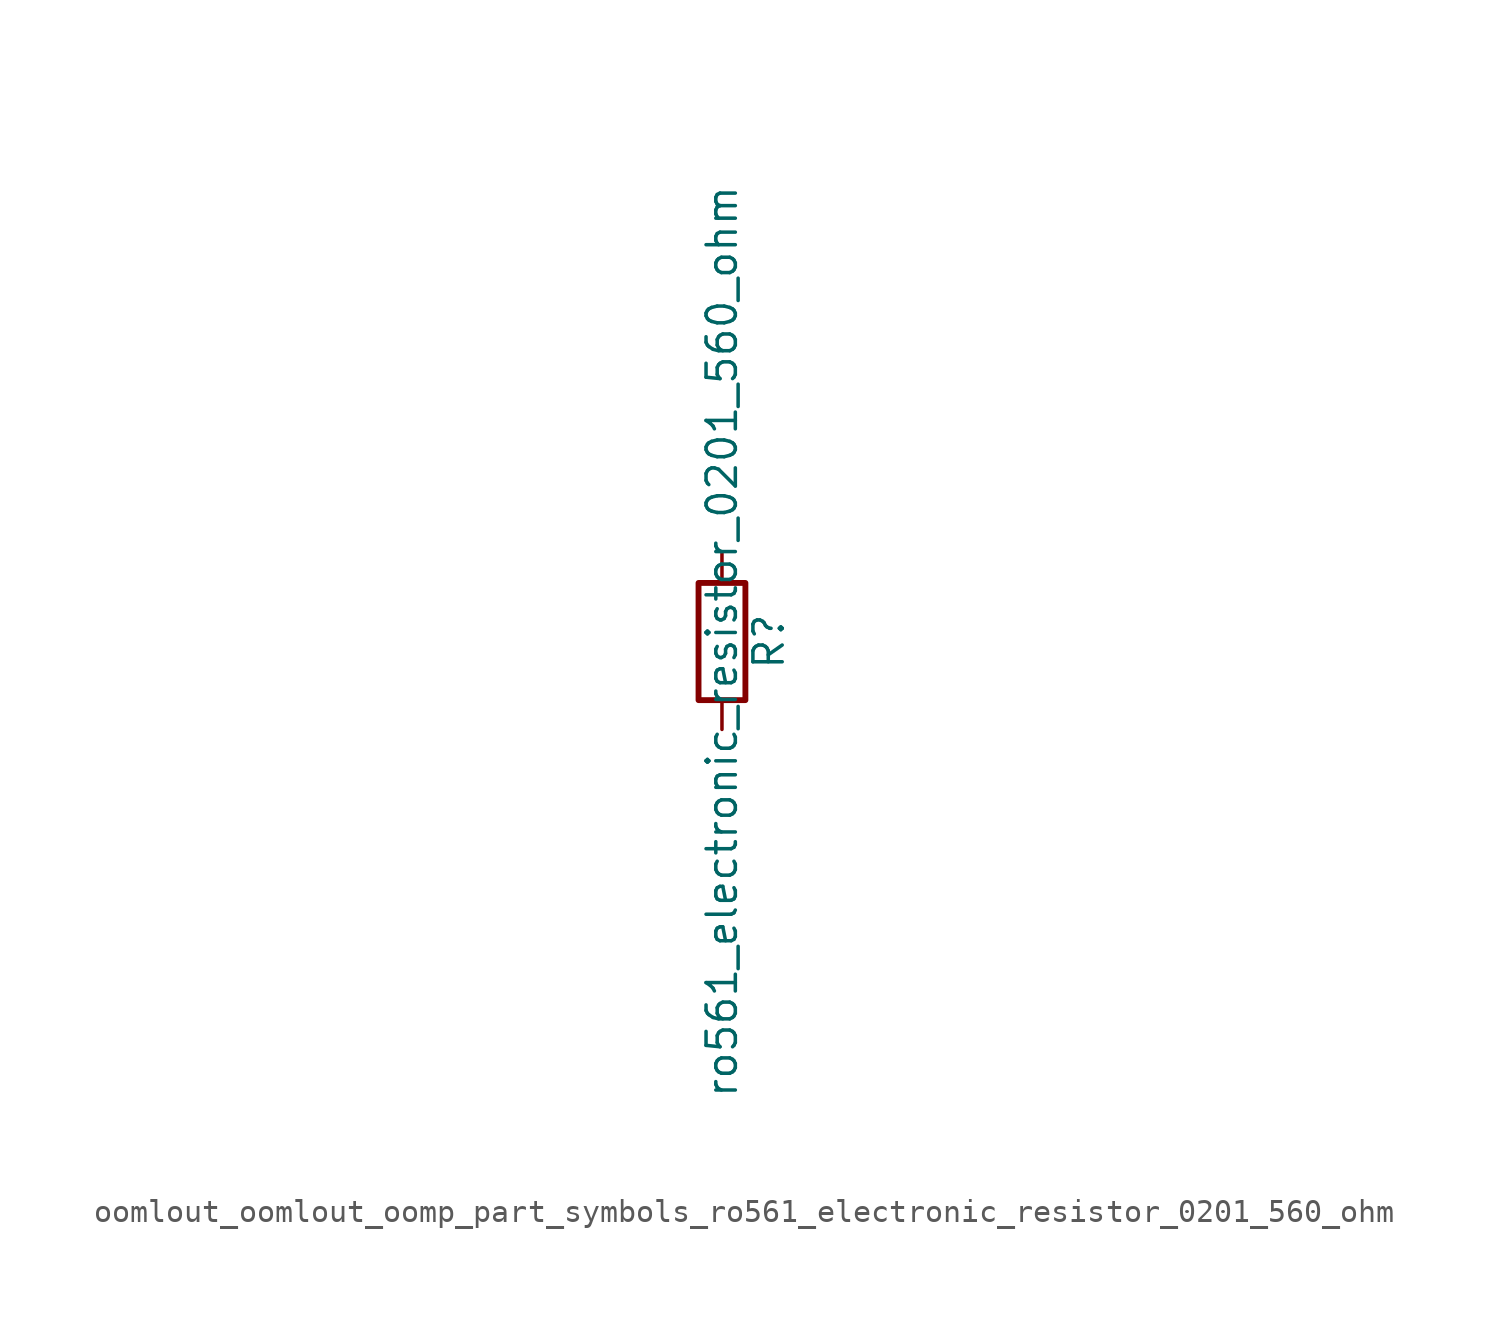
<source format=kicad_sym>
(kicad_symbol_lib
  (version 20220914)
  (generator kicad_symbol_editor)
  (symbol "oomlout_oomlout_oomp_part_symbols_ro561_electronic_resistor_0201_560_ohm"
    (pin_numbers hide)
    (pin_names
      (offset 0))
    (property "Reference" "R"
      (at 2.032 0 90)
      (effects (font (size 1.27 1.27))))
    (property "Value" "ro561_electronic_resistor_0201_560_ohm"
      (at 0 0 90)
      (effects (font (size 1.27 1.27))))
    (symbol "oomlout_oomlout_oomp_part_symbols_ro561_electronic_resistor_0201_560_ohm_0_1"
      (rectangle (start -1.016 -2.54) (end 1.016 2.54) (stroke (width 0.254) (type default)) (fill (type none))))
    (symbol "oomlout_oomlout_oomp_part_symbols_ro561_electronic_resistor_0201_560_ohm_1_1"
      (pin passive line (at 0 3.81 270) (length 1.27) (name "~" (effects (font (size 1.27 1.27)))) (number "1" (effects (font (size 1.27 1.27)))))
      (pin passive line (at 0 -3.81 90) (length 1.27) (name "~" (effects (font (size 1.27 1.27)))) (number "2" (effects (font (size 1.27 1.27))))))))
</source>
